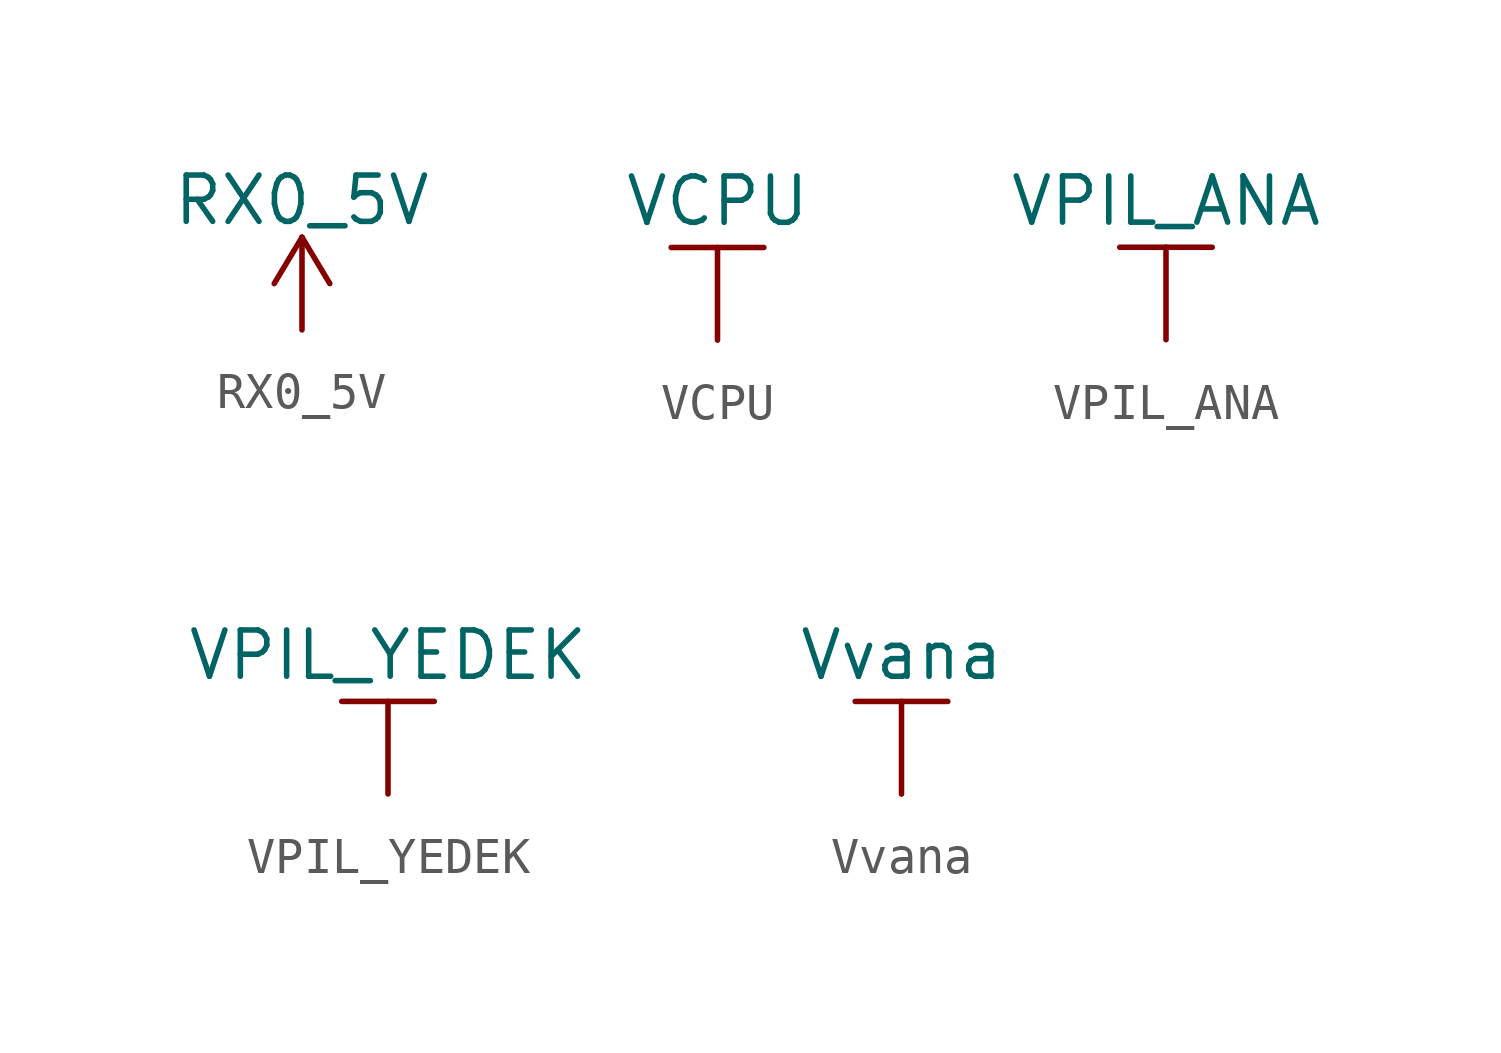
<source format=kicad_sym>
(kicad_symbol_lib
  (version 20220914)
  (generator kicad_symbol_editor)
  (symbol "RX0_5V"
    (power)
    (pin_names
      (offset 0))
    (property "Reference" "#PWR"
      (at 0 -3.81 0)
      (effects (font (size 1.27 1.27)) hide))
    (property "Value" "RX0_5V"
      (at 0 3.556 0)
      (effects (font (size 1.27 1.27))))
    (symbol "RX0_5V_0_1"
      (polyline (pts (xy -0.762 1.27) (xy 0 2.54)) (stroke (width 0) (type default)) (fill (type none)))
      (polyline (pts (xy 0 0) (xy 0 2.54)) (stroke (width 0) (type default)) (fill (type none)))
      (polyline (pts (xy 0 2.54) (xy 0.762 1.27)) (stroke (width 0) (type default)) (fill (type none))))
    (symbol "RX0_5V_1_1"
      (pin power_in line (at 0 0 90) (length 0) hide (name "+1V2" (effects (font (size 1.27 1.27)))) (number "1" (effects (font (size 1.27 1.27)))))))
  (symbol "VCPU"
    (power)
    (property "Reference" "#PWR"
      (at 0 0 0)
      (effects (font (size 1.27 1.27)) hide))
    (property "Value" "VCPU"
      (at 0 3.81 0)
      (effects (font (size 1.27 1.27))))
    (symbol "VCPU_0_0"
      (pin power_in line (at 0 0 0) (length 0) hide (name "VCPU" (effects (font (size 1.27 1.27)))) (number "" (effects (font (size 1.27 1.27))))))
    (symbol "VCPU_1_0"
      (polyline (pts (xy 0 0) (xy 0 2.54)) (stroke (width 0) (type solid)) (fill (type none)))
      (polyline (pts (xy 1.27 2.54) (xy -1.27 2.54)) (stroke (width 0) (type solid)) (fill (type none)))))
  (symbol "VPIL_ANA"
    (power)
    (property "Reference" "#PWR"
      (at 0 0 0)
      (effects (font (size 1.27 1.27)) hide))
    (property "Value" "VPIL_ANA"
      (at 0 3.81 0)
      (effects (font (size 1.27 1.27))))
    (symbol "VPIL_ANA_0_0"
      (pin power_in line (at 0 0 0) (length 0) hide (name "VPIL_ANA" (effects (font (size 1.27 1.27)))) (number "" (effects (font (size 1.27 1.27))))))
    (symbol "VPIL_ANA_1_0"
      (polyline (pts (xy 0 0) (xy 0 2.54)) (stroke (width 0) (type solid)) (fill (type none)))
      (polyline (pts (xy 1.27 2.54) (xy -1.27 2.54)) (stroke (width 0) (type solid)) (fill (type none)))))
  (symbol "VPIL_YEDEK"
    (power)
    (property "Reference" "#PWR"
      (at 0 0 0)
      (effects (font (size 1.27 1.27)) hide))
    (property "Value" "VPIL_YEDEK"
      (at 0 3.81 0)
      (effects (font (size 1.27 1.27))))
    (symbol "VPIL_YEDEK_0_0"
      (pin power_in line (at 0 0 0) (length 0) hide (name "VPIL_YEDEK" (effects (font (size 1.27 1.27)))) (number "" (effects (font (size 1.27 1.27))))))
    (symbol "VPIL_YEDEK_1_0"
      (polyline (pts (xy 0 0) (xy 0 2.54)) (stroke (width 0) (type solid)) (fill (type none)))
      (polyline (pts (xy 1.27 2.54) (xy -1.27 2.54)) (stroke (width 0) (type solid)) (fill (type none)))))
  (symbol "Vvana"
    (power)
    (property "Reference" "#PWR"
      (at 0 0 0)
      (effects (font (size 1.27 1.27)) hide))
    (property "Value" "Vvana"
      (at 0 3.81 0)
      (effects (font (size 1.27 1.27))))
    (symbol "Vvana_0_0"
      (pin power_in line (at 0 0 0) (length 0) hide (name "Vvana" (effects (font (size 1.27 1.27)))) (number "" (effects (font (size 1.27 1.27))))))
    (symbol "Vvana_1_0"
      (polyline (pts (xy 0 0) (xy 0 2.54)) (stroke (width 0) (type solid)) (fill (type none)))
      (polyline (pts (xy 1.27 2.54) (xy -1.27 2.54)) (stroke (width 0) (type solid)) (fill (type none))))))
</source>
